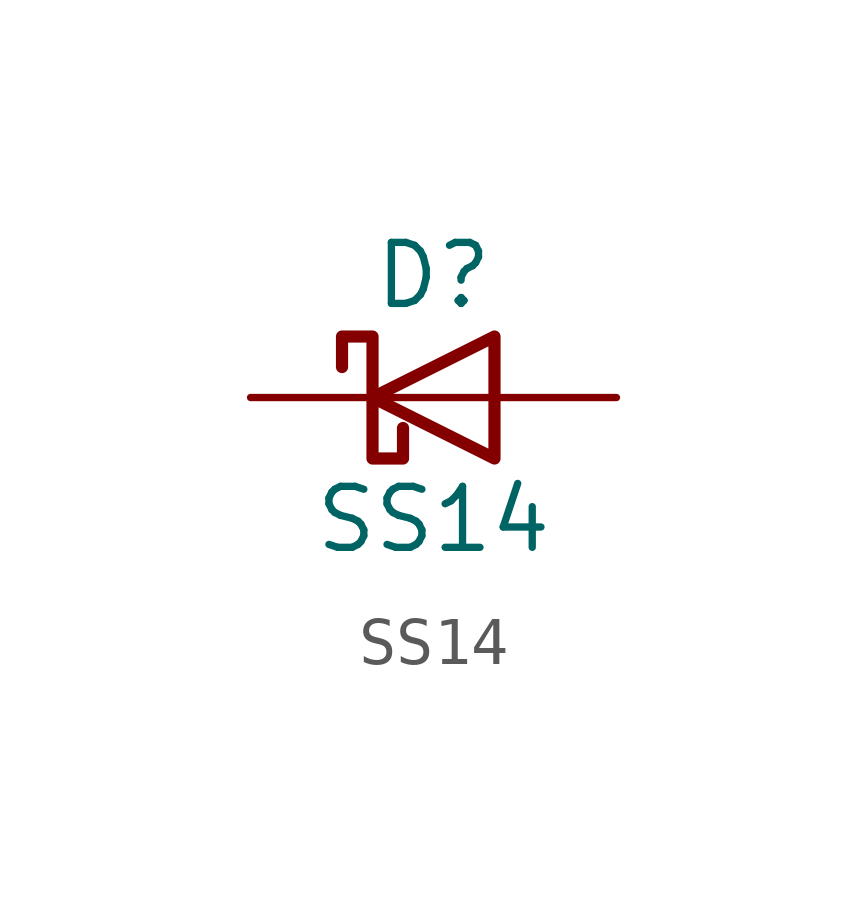
<source format=kicad_sym>
(kicad_symbol_lib
  (version 20220914)
  (generator kicad_symbol_editor)
  (symbol "SS14"
    (pin_numbers hide)
    (pin_names
      (offset 1.016) hide)
    (property "Reference" "D"
      (at 0 2.54 0)
      (effects (font (size 1.27 1.27))))
    (property "Value" "SS14"
      (at 0 -2.54 0)
      (effects (font (size 1.27 1.27))))
    (symbol "SS14_0_1"
      (polyline (pts (xy 1.27 0) (xy -1.27 0)) (stroke (width 0) (type default)) (fill (type none)))
      (polyline (pts (xy 1.27 1.27) (xy 1.27 -1.27) (xy -1.27 0) (xy 1.27 1.27)) (stroke (width 0.254) (type default)) (fill (type none)))
      (polyline (pts (xy -1.905 0.635) (xy -1.905 1.27) (xy -1.27 1.27) (xy -1.27 -1.27) (xy -0.635 -1.27) (xy -0.635 -0.635)) (stroke (width 0.254) (type default)) (fill (type none))))
    (symbol "SS14_1_1"
      (pin passive line (at -3.81 0 0) (length 2.54) (name "K" (effects (font (size 1.27 1.27)))) (number "1" (effects (font (size 1.27 1.27)))))
      (pin passive line (at 3.81 0 180) (length 2.54) (name "A" (effects (font (size 1.27 1.27)))) (number "2" (effects (font (size 1.27 1.27))))))))
</source>
